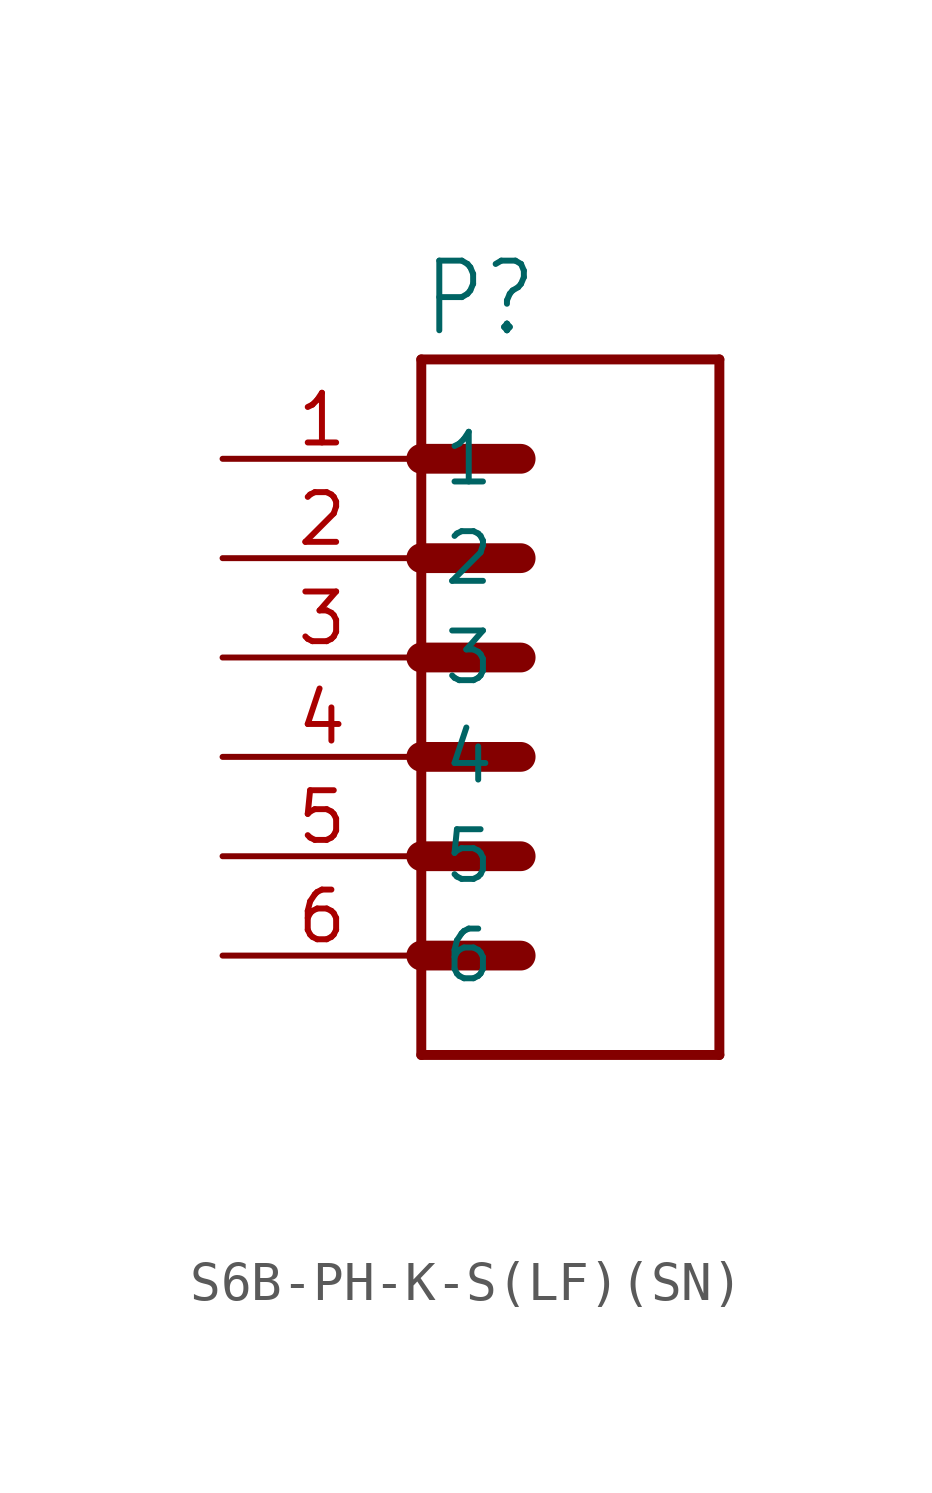
<source format=kicad_sym>
(kicad_symbol_lib
  (version 20231120)
  (generator "kicad_symbol_editor")
  (generator_version "8.0")
  (symbol "S6B-PH-K-S(LF)(SN)"
    (property "Reference" "P"
      (at 0 8.14 0)
      (effects (font (size 1.78 1.513)) (justify left bottom)))
    (property "Value" ""
      (at 0 -12.715 0)
      (effects (font (size 1.78 1.513)) (justify left bottom)))
    (property "ki_locked" ""
      (at 0 0 0)
      (effects (font (size 1.27 1.27))))
    (symbol "S6B-PH-K-S(LF)(SN)_1_0"
      (polyline (pts (xy 0 -10.16) (xy 7.62 -10.16)) (stroke (width 0.254) (type solid)) (fill (type none)))
      (polyline (pts (xy 0 -7.62) (xy 0 -10.16)) (stroke (width 0.254) (type solid)) (fill (type none)))
      (polyline (pts (xy 0 -7.62) (xy 2.54 -7.62)) (stroke (width 0.762) (type solid)) (fill (type none)))
      (polyline (pts (xy 0 -5.08) (xy 0 -7.62)) (stroke (width 0.254) (type solid)) (fill (type none)))
      (polyline (pts (xy 0 -5.08) (xy 2.54 -5.08)) (stroke (width 0.762) (type solid)) (fill (type none)))
      (polyline (pts (xy 0 -2.54) (xy 0 -5.08)) (stroke (width 0.254) (type solid)) (fill (type none)))
      (polyline (pts (xy 0 -2.54) (xy 2.54 -2.54)) (stroke (width 0.762) (type solid)) (fill (type none)))
      (polyline (pts (xy 0 0) (xy 0 -2.54)) (stroke (width 0.254) (type solid)) (fill (type none)))
      (polyline (pts (xy 0 0) (xy 2.54 0)) (stroke (width 0.762) (type solid)) (fill (type none)))
      (polyline (pts (xy 0 2.54) (xy 0 0)) (stroke (width 0.254) (type solid)) (fill (type none)))
      (polyline (pts (xy 0 2.54) (xy 2.54 2.54)) (stroke (width 0.762) (type solid)) (fill (type none)))
      (polyline (pts (xy 0 5.08) (xy 0 2.54)) (stroke (width 0.254) (type solid)) (fill (type none)))
      (polyline (pts (xy 0 5.08) (xy 2.54 5.08)) (stroke (width 0.762) (type solid)) (fill (type none)))
      (polyline (pts (xy 0 7.62) (xy 0 5.08)) (stroke (width 0.254) (type solid)) (fill (type none)))
      (polyline (pts (xy 7.62 -10.16) (xy 7.62 7.62)) (stroke (width 0.254) (type solid)) (fill (type none)))
      (polyline (pts (xy 7.62 7.62) (xy 0 7.62)) (stroke (width 0.254) (type solid)) (fill (type none)))
      (pin passive line (at -5.08 5.08 0) (length 5.08) (name "1" (effects (font (size 1.27 1.27)))) (number "1" (effects (font (size 1.27 1.27)))))
      (pin passive line (at -5.08 2.54 0) (length 5.08) (name "2" (effects (font (size 1.27 1.27)))) (number "2" (effects (font (size 1.27 1.27)))))
      (pin passive line (at -5.08 0 0) (length 5.08) (name "3" (effects (font (size 1.27 1.27)))) (number "3" (effects (font (size 1.27 1.27)))))
      (pin passive line (at -5.08 -2.54 0) (length 5.08) (name "4" (effects (font (size 1.27 1.27)))) (number "4" (effects (font (size 1.27 1.27)))))
      (pin passive line (at -5.08 -5.08 0) (length 5.08) (name "5" (effects (font (size 1.27 1.27)))) (number "5" (effects (font (size 1.27 1.27)))))
      (pin passive line (at -5.08 -7.62 0) (length 5.08) (name "6" (effects (font (size 1.27 1.27)))) (number "6" (effects (font (size 1.27 1.27))))))))
</source>
